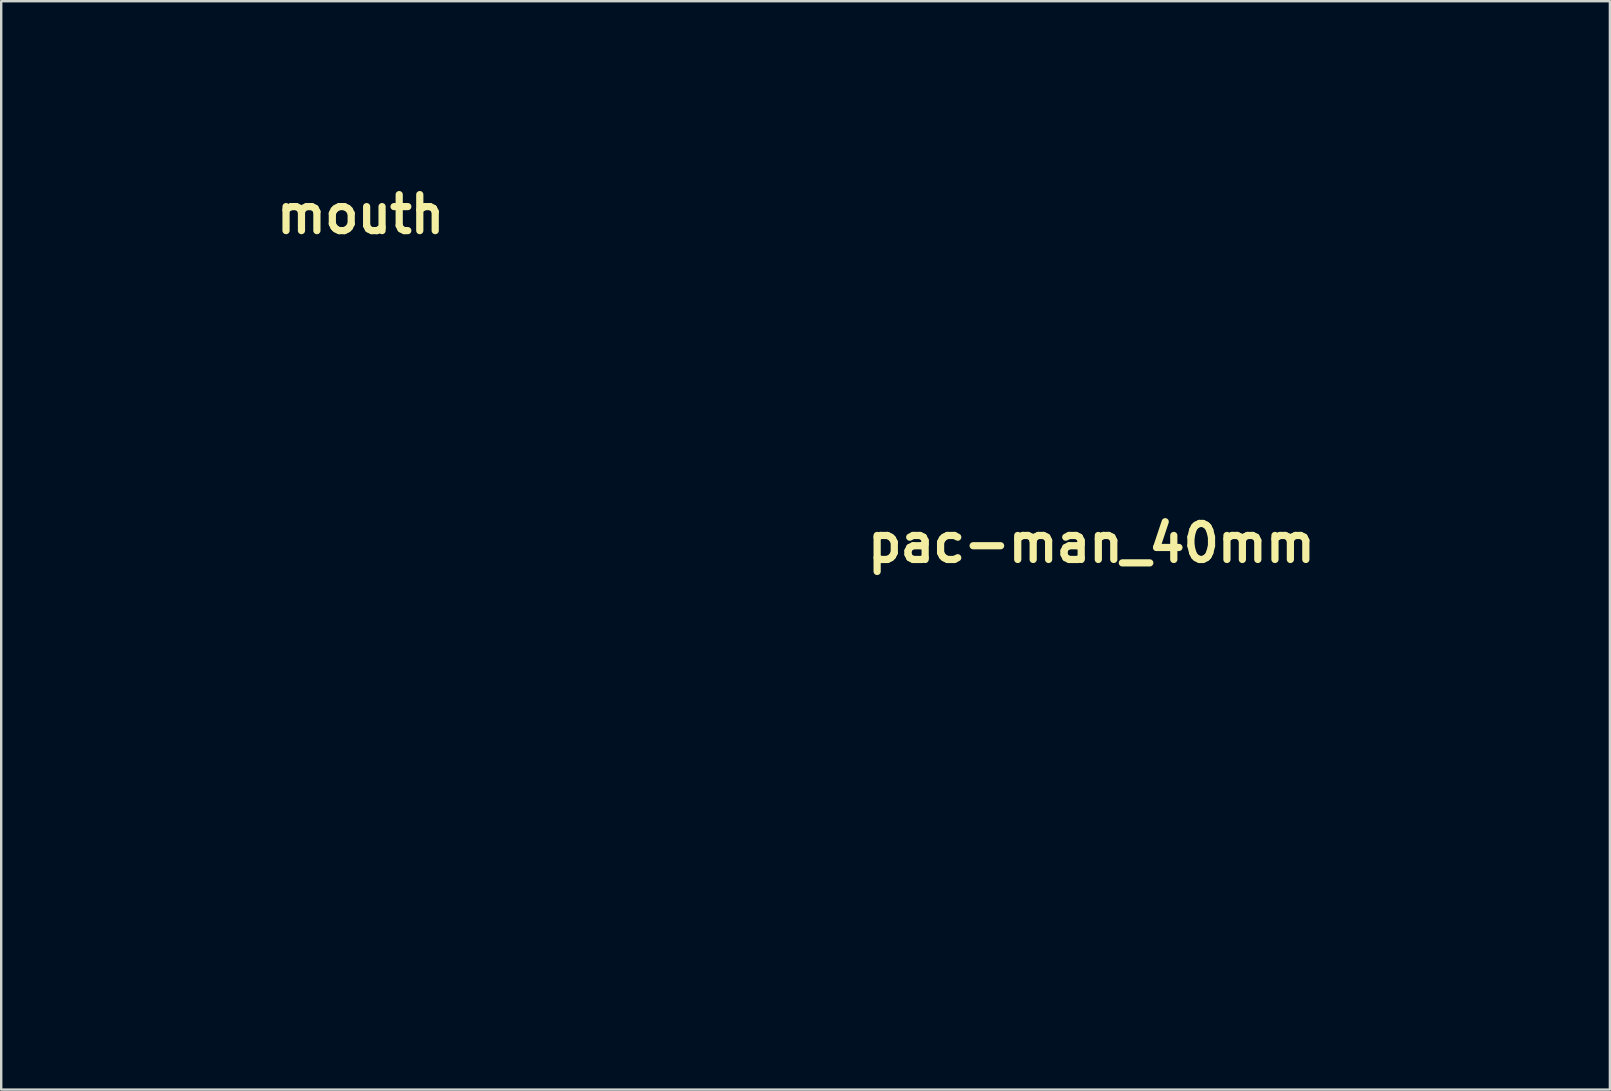
<source format=kicad_pcb>
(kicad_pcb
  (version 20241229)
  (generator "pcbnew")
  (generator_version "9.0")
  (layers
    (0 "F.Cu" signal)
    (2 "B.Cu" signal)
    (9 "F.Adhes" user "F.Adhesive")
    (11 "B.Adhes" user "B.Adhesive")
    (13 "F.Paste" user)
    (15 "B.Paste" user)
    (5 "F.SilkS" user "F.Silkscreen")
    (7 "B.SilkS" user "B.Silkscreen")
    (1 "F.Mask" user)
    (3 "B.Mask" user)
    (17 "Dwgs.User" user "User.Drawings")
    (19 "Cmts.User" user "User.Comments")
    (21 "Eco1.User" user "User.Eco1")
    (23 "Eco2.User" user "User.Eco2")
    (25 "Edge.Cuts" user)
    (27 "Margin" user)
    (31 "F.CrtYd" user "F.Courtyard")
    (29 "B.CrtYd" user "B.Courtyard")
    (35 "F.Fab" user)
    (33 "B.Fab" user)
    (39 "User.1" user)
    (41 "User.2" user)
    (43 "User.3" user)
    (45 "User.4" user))
  (footprint "pac-man_40mm"
    (layer "F.Cu")
    (at 42.416 19.576)
    (property "Reference" "pac-man_40mm" (at 0 0 0) (layer "F.SilkS") (effects (font (size 1.5 1.5) (thickness 0.3))))
    (attr board_only exclude_from_pos_files exclude_from_bom)
    (fp_poly (pts (xy 3.125 -19.475) (xy 4.62 -19.257) (xy 4.797 -19.223) (xy 6.373 -18.837) (xy 7.907 -18.324) (xy 9.389 -17.69) (xy 10.811 -16.94) (xy 12.167 -16.081) (xy 13.446 -15.117) (xy 14.642 -14.057) (xy 15.746 -12.904) (xy 16.75 -11.666) (xy 17.647 -10.347) (xy 18.235 -9.326) (xy 18.594 -8.653) (xy 9.817 -4.309) (xy 8.776 -3.794) (xy 7.77 -3.295) (xy 6.806 -2.817) (xy 5.891 -2.363) (xy 5.033 -1.936) (xy 4.237 -1.541) (xy 3.513 -1.18) (xy 2.865 -0.857) (xy 2.303 -0.576) (xy 1.833 -0.34) (xy 1.462 -0.153) (xy 1.197 -0.019) (xy 1.046 0.06) (xy 1.012 0.08) (xy 1.07 0.116) (xy 1.247 0.211) (xy 1.535 0.362) (xy 1.927 0.565) (xy 2.417 0.816) (xy 2.996 1.112) (xy 3.659 1.449) (xy 4.398 1.824) (xy 5.205 2.232) (xy 6.075 2.671) (xy 6.999 3.137) (xy 7.971 3.626) (xy 8.983 4.135) (xy 9.754 4.521) (xy 10.792 5.042) (xy 11.796 5.546) (xy 12.757 6.03) (xy 13.669 6.489) (xy 14.525 6.921) (xy 15.317 7.321) (xy 16.039 7.686) (xy 16.683 8.013) (xy 17.242 8.297) (xy 17.71 8.536) (xy 18.078 8.726) (xy 18.341 8.862) (xy 18.49 8.942) (xy 18.524 8.963) (xy 18.489 9.051) (xy 18.394 9.235) (xy 18.253 9.49) (xy 18.079 9.792) (xy 17.887 10.119) (xy 17.69 10.445) (xy 17.503 10.747) (xy 17.339 11) (xy 17.328 11.016) (xy 16.848 11.704) (xy 16.363 12.337) (xy 15.843 12.951) (xy 15.256 13.584) (xy 14.811 14.037) (xy 13.575 15.174) (xy 12.271 16.189) (xy 10.901 17.08) (xy 9.463 17.848) (xy 7.96 18.493) (xy 6.391 19.013) (xy 4.756 19.409) (xy 3.754 19.586) (xy 3.314 19.64) (xy 2.773 19.685) (xy 2.164 19.721) (xy 1.519 19.746) (xy 0.873 19.76) (xy 0.258 19.762) (xy -0.293 19.75) (xy -0.746 19.725) (xy -0.842 19.716) (xy -2.515 19.476) (xy -4.142 19.106) (xy -5.716 18.612) (xy -7.231 17.996) (xy -8.683 17.262) (xy -10.064 16.414) (xy -11.37 15.455) (xy -12.594 14.39) (xy -13.73 13.221) (xy -14.772 11.953) (xy -15.716 10.589) (xy -15.929 10.244) (xy -16.71 8.818) (xy -17.365 7.34) (xy -17.893 5.82) (xy -18.293 4.268) (xy -18.566 2.691) (xy -18.712 1.1) (xy -18.729 -0.498) (xy -18.619 -2.092) (xy -18.381 -3.674) (xy -18.014 -5.235) (xy -17.519 -6.765) (xy -16.895 -8.257) (xy -16.33 -9.367) (xy -15.472 -10.783) (xy -14.505 -12.114) (xy -13.436 -13.354) (xy -12.273 -14.498) (xy -11.021 -15.542) (xy -9.688 -16.479) (xy -8.28 -17.304) (xy -6.804 -18.012) (xy -5.266 -18.597) (xy -4.515 -18.831) (xy -3.052 -19.187) (xy -1.53 -19.431) (xy 0.024 -19.561) (xy 1.585 -19.576)) (stroke (width 0) (type solid)) (fill yes) (layer "F.Mask")))
  (footprint "mouth"
    (layer "F.Cu")
    (at 11.972 5.878)
    (property "Reference" "mouth" (at 0 0 0) (layer "F.SilkS") (effects (font (size 1.5 1.5) (thickness 0.3))))
    (attr board_only exclude_from_pos_files exclude_from_bom)
    (fp_poly (pts (xy -11.347 -5.871) (xy -11.26 -5.851) (xy -11.135 -5.817) (xy -10.963 -5.77) (xy -10.923 -5.759) (xy -10.69 -5.697) (xy -10.411 -5.626) (xy -10.098 -5.547) (xy -9.76 -5.464) (xy -9.409 -5.379) (xy -9.054 -5.294) (xy -8.707 -5.213) (xy -8.378 -5.137) (xy -8.077 -5.069) (xy -7.815 -5.012) (xy -7.686 -4.985) (xy -7.535 -4.953) (xy -7.392 -4.924) (xy -7.273 -4.899) (xy -7.195 -4.883) (xy -6.937 -4.832) (xy -6.635 -4.775) (xy -6.299 -4.716) (xy -5.943 -4.655) (xy -5.579 -4.596) (xy -5.219 -4.54) (xy -4.875 -4.488) (xy -4.56 -4.444) (xy -4.286 -4.408) (xy -4.25 -4.404) (xy -3.806 -4.352) (xy -3.409 -4.309) (xy -3.051 -4.272) (xy -2.722 -4.241) (xy -2.412 -4.216) (xy -2.112 -4.195) (xy -1.812 -4.179) (xy -1.504 -4.165) (xy -1.43 -4.162) (xy -1.283 -4.157) (xy -1.095 -4.154) (xy -0.876 -4.151) (xy -0.632 -4.15) (xy -0.37 -4.148) (xy -0.098 -4.148) (xy 0.177 -4.149) (xy 0.447 -4.15) (xy 0.705 -4.152) (xy 0.944 -4.154) (xy 1.157 -4.157) (xy 1.335 -4.161) (xy 1.472 -4.166) (xy 1.561 -4.17) (xy 1.575 -4.172) (xy 1.646 -4.178) (xy 1.76 -4.185) (xy 1.904 -4.193) (xy 2.063 -4.201) (xy 2.109 -4.203) (xy 2.572 -4.228) (xy 3.081 -4.265) (xy 3.625 -4.311) (xy 4.193 -4.367) (xy 4.774 -4.431) (xy 5.359 -4.501) (xy 5.935 -4.578) (xy 5.967 -4.582) (xy 6.196 -4.615) (xy 6.453 -4.652) (xy 6.729 -4.693) (xy 7.013 -4.736) (xy 7.294 -4.779) (xy 7.562 -4.821) (xy 7.806 -4.859) (xy 8.018 -4.894) (xy 8.185 -4.922) (xy 8.221 -4.928) (xy 8.373 -4.954) (xy 8.51 -4.976) (xy 8.619 -4.991) (xy 8.687 -4.999) (xy 8.698 -4.999) (xy 8.715 -4.994) (xy 8.714 -4.974) (xy 8.69 -4.937) (xy 8.639 -4.876) (xy 8.558 -4.789) (xy 8.442 -4.669) (xy 8.305 -4.53) (xy 8.107 -4.327) (xy 7.944 -4.155) (xy 7.807 -4.002) (xy 7.689 -3.86) (xy 7.581 -3.719) (xy 7.477 -3.569) (xy 7.39 -3.439) (xy 7.213 -3.145) (xy 7.067 -2.854) (xy 6.947 -2.555) (xy 6.849 -2.234) (xy 6.77 -1.881) (xy 6.704 -1.482) (xy 6.703 -1.474) (xy 6.679 -1.3) (xy 6.664 -1.152) (xy 6.654 -1.014) (xy 6.65 -0.868) (xy 6.652 -0.698) (xy 6.657 -0.489) (xy 6.658 -0.462) (xy 6.664 -0.282) (xy 6.67 -0.117) (xy 6.676 0.023) (xy 6.68 0.127) (xy 6.683 0.184) (xy 6.683 0.186) (xy 6.681 0.225) (xy 6.665 0.263) (xy 6.627 0.309) (xy 6.559 0.37) (xy 6.456 0.454) (xy 6.401 0.498) (xy 5.939 0.84) (xy 5.437 1.176) (xy 4.909 1.497) (xy 4.371 1.794) (xy 3.841 2.055) (xy 3.67 2.132) (xy 3.151 2.349) (xy 2.629 2.544) (xy 2.092 2.721) (xy 1.527 2.883) (xy 0.922 3.036) (xy 0.607 3.108) (xy 0.468 3.136) (xy 0.284 3.168) (xy 0.069 3.202) (xy -0.167 3.237) (xy -0.41 3.271) (xy -0.648 3.302) (xy -0.868 3.328) (xy -0.982 3.341) (xy -1.16 3.355) (xy -1.383 3.367) (xy -1.642 3.378) (xy -1.924 3.386) (xy -2.219 3.392) (xy -2.514 3.395) (xy -2.799 3.396) (xy -3.062 3.393) (xy -3.291 3.388) (xy -3.476 3.379) (xy -3.482 3.379) (xy -3.795 3.353) (xy -4.135 3.317) (xy -4.488 3.272) (xy -4.838 3.221) (xy -5.171 3.166) (xy -5.473 3.109) (xy -5.693 3.061) (xy -5.827 3.029) (xy -5.96 3) (xy -6.066 2.978) (xy -6.083 2.975) (xy -6.168 2.956) (xy -6.292 2.924) (xy -6.437 2.884) (xy -6.574 2.844) (xy -7.255 2.62) (xy -7.886 2.368) (xy -8.47 2.088) (xy -9.009 1.778) (xy -9.505 1.438) (xy -9.96 1.065) (xy -10.217 0.824) (xy -10.597 0.419) (xy -10.924 0.009) (xy -11.203 -0.414) (xy -11.44 -0.858) (xy -11.608 -1.26) (xy -10.981 -1.26) (xy -10.967 -1.216) (xy -10.929 -1.134) (xy -10.873 -1.024) (xy -10.804 -0.897) (xy -10.729 -0.763) (xy -10.654 -0.633) (xy -10.583 -0.518) (xy -10.545 -0.459) (xy -10.383 -0.227) (xy -10.222 -0.021) (xy -10.047 0.178) (xy -9.844 0.389) (xy -9.795 0.437) (xy -9.372 0.814) (xy -8.904 1.16) (xy -8.39 1.475) (xy -7.827 1.759) (xy -7.217 2.014) (xy -6.558 2.239) (xy -6.271 2.324) (xy -5.945 2.408) (xy -5.575 2.49) (xy -5.176 2.568) (xy -4.763 2.639) (xy -4.348 2.702) (xy -3.948 2.752) (xy -3.575 2.789) (xy -3.439 2.799) (xy -3.159 2.814) (xy -2.846 2.823) (xy -2.514 2.826) (xy -2.18 2.824) (xy -1.858 2.817) (xy -1.565 2.804) (xy -1.344 2.789) (xy -0.877 2.745) (xy -0.453 2.696) (xy -0.058 2.64) (xy 0.322 2.573) (xy 0.703 2.495) (xy 1.097 2.402) (xy 1.243 2.365) (xy 2.091 2.12) (xy 2.912 1.824) (xy 3.705 1.479) (xy 4.469 1.085) (xy 5.201 0.644) (xy 5.899 0.156) (xy 5.909 0.149) (xy 6.083 0.019) (xy 6.083 -0.626) (xy 6.082 -0.846) (xy 6.08 -1.014) (xy 6.075 -1.135) (xy 6.068 -1.214) (xy 6.059 -1.258) (xy 6.047 -1.271) (xy 6.011 -1.268) (xy 5.924 -1.258) (xy 5.793 -1.244) (xy 5.624 -1.224) (xy 5.425 -1.2) (xy 5.201 -1.174) (xy 4.959 -1.145) (xy 4.949 -1.143) (xy 4.698 -1.113) (xy 4.457 -1.085) (xy 4.233 -1.059) (xy 4.036 -1.036) (xy 3.873 -1.018) (xy 3.752 -1.005) (xy 3.684 -0.998) (xy 3.601 -0.991) (xy 3.47 -0.98) (xy 3.302 -0.965) (xy 3.106 -0.948) (xy 2.893 -0.929) (xy 2.687 -0.91) (xy 2.036 -0.857) (xy 1.344 -0.811) (xy 0.622 -0.772) (xy -0.118 -0.74) (xy -0.866 -0.716) (xy -1.612 -0.7) (xy -2.345 -0.691) (xy -3.054 -0.692) (xy -3.73 -0.701) (xy -4.36 -0.719) (xy -4.45 -0.722) (xy -4.675 -0.731) (xy -4.91 -0.74) (xy -5.139 -0.749) (xy -5.346 -0.758) (xy -5.516 -0.764) (xy -5.548 -0.765) (xy -5.807 -0.777) (xy -6.115 -0.795) (xy -6.461 -0.817) (xy -6.838 -0.844) (xy -7.236 -0.874) (xy -7.645 -0.907) (xy -8.057 -0.942) (xy -8.463 -0.979) (xy -8.654 -0.997) (xy -8.804 -1.012) (xy -8.986 -1.031) (xy -9.193 -1.053) (xy -9.417 -1.078) (xy -9.65 -1.105) (xy -9.884 -1.132) (xy -10.113 -1.159) (xy -10.327 -1.185) (xy -10.52 -1.208) (xy -10.684 -1.229) (xy -10.81 -1.245) (xy -10.891 -1.257) (xy -10.916 -1.262) (xy -10.966 -1.267) (xy -10.981 -1.26) (xy -11.608 -1.26) (xy -11.638 -1.331) (xy -11.764 -1.705) (xy -11.848 -2.038) (xy -11.911 -2.41) (xy -11.952 -2.806) (xy -11.972 -3.211) (xy -11.97 -3.31) (xy -11.401 -3.31) (xy -11.379 -2.824) (xy -11.314 -2.337) (xy -11.237 -1.979) (xy -11.207 -1.869) (xy -11.178 -1.779) (xy -11.156 -1.726) (xy -11.151 -1.72) (xy -11.11 -1.704) (xy -11.015 -1.683) (xy -10.874 -1.658) (xy -10.69 -1.63) (xy -10.47 -1.6) (xy -10.218 -1.568) (xy -9.939 -1.534) (xy -9.638 -1.499) (xy -9.322 -1.464) (xy -8.994 -1.43) (xy -8.66 -1.396) (xy -8.325 -1.364) (xy -7.994 -1.334) (xy -7.673 -1.307) (xy -7.367 -1.283) (xy -7.224 -1.272) (xy -7.005 -1.257) (xy -6.798 -1.242) (xy -6.613 -1.228) (xy -6.458 -1.216) (xy -6.342 -1.206) (xy -6.274 -1.2) (xy -6.271 -1.2) (xy -6.195 -1.193) (xy -6.07 -1.186) (xy -5.902 -1.177) (xy -5.699 -1.167) (xy -5.469 -1.156) (xy -5.22 -1.145) (xy -4.959 -1.135) (xy -4.694 -1.124) (xy -4.432 -1.115) (xy -4.181 -1.106) (xy -3.95 -1.098) (xy -3.745 -1.093) (xy -3.574 -1.089) (xy -3.525 -1.088) (xy -3.24 -1.085) (xy -2.909 -1.084) (xy -2.544 -1.085) (xy -2.158 -1.088) (xy -1.762 -1.092) (xy -1.368 -1.098) (xy -0.989 -1.105) (xy -0.636 -1.113) (xy -0.322 -1.123) (xy -0.159 -1.129) (xy 0.458 -1.157) (xy 1.107 -1.194) (xy 1.777 -1.239) (xy 2.457 -1.291) (xy 3.136 -1.348) (xy 3.804 -1.411) (xy 4.449 -1.478) (xy 5.061 -1.548) (xy 5.629 -1.62) (xy 5.776 -1.641) (xy 6.134 -1.69) (xy 6.202 -2.023) (xy 6.336 -2.536) (xy 6.525 -3.037) (xy 6.769 -3.521) (xy 6.976 -3.858) (xy 7.049 -3.969) (xy 7.107 -4.062) (xy 7.144 -4.127) (xy 7.155 -4.154) (xy 7.124 -4.153) (xy 7.043 -4.144) (xy 6.919 -4.129) (xy 6.758 -4.109) (xy 6.567 -4.084) (xy 6.353 -4.055) (xy 6.208 -4.035) (xy 5.601 -3.952) (xy 5.033 -3.88) (xy 4.491 -3.817) (xy 3.962 -3.762) (xy 3.433 -3.714) (xy 2.888 -3.671) (xy 2.316 -3.632) (xy 1.701 -3.596) (xy 1.589 -3.59) (xy 1.367 -3.58) (xy 1.101 -3.573) (xy 0.799 -3.569) (xy 0.47 -3.566) (xy 0.121 -3.566) (xy -0.239 -3.568) (xy -0.603 -3.572) (xy -0.962 -3.578) (xy -1.308 -3.585) (xy -1.634 -3.594) (xy -1.93 -3.605) (xy -2.189 -3.617) (xy -2.404 -3.631) (xy -2.502 -3.639) (xy -2.657 -3.653) (xy -2.821 -3.668) (xy -2.965 -3.681) (xy -3.005 -3.684) (xy -3.162 -3.697) (xy -3.34 -3.714) (xy -3.52 -3.732) (xy -3.688 -3.749) (xy -3.824 -3.764) (xy -3.887 -3.771) (xy -4.257 -3.819) (xy -4.624 -3.869) (xy -4.982 -3.918) (xy -5.325 -3.967) (xy -5.646 -4.015) (xy -5.94 -4.06) (xy -6.2 -4.101) (xy -6.42 -4.139) (xy -6.594 -4.171) (xy -6.698 -4.192) (xy -6.771 -4.208) (xy -6.889 -4.232) (xy -7.039 -4.262) (xy -7.207 -4.295) (xy -7.34 -4.32) (xy -7.698 -4.391) (xy -8.099 -4.476) (xy -8.53 -4.571) (xy -8.979 -4.674) (xy -9.433 -4.781) (xy -9.879 -4.89) (xy -10.305 -4.997) (xy -10.698 -5.101) (xy -10.804 -5.129) (xy -10.92 -5.16) (xy -11.013 -5.183) (xy -11.071 -5.195) (xy -11.083 -5.195) (xy -11.093 -5.164) (xy -11.114 -5.088) (xy -11.142 -4.977) (xy -11.174 -4.842) (xy -11.21 -4.694) (xy -11.245 -4.544) (xy -11.277 -4.403) (xy -11.303 -4.282) (xy -11.313 -4.233) (xy -11.379 -3.784) (xy -11.401 -3.31) (xy -11.97 -3.31) (xy -11.967 -3.609) (xy -11.938 -3.986) (xy -11.925 -4.082) (xy -11.891 -4.295) (xy -11.843 -4.536) (xy -11.785 -4.791) (xy -11.722 -5.047) (xy -11.655 -5.292) (xy -11.588 -5.513) (xy -11.524 -5.698) (xy -11.489 -5.787) (xy -11.473 -5.827) (xy -11.459 -5.856) (xy -11.438 -5.873) (xy -11.404 -5.878)) (stroke (width 0) (type solid)) (fill yes) (layer "F.Mask")))
  (gr_rect
    (start -3 -3)
    (end 64.011 42.338)
    (stroke (width 0.1) (type default))
    (fill no)
    (layer "Edge.Cuts")))
</source>
